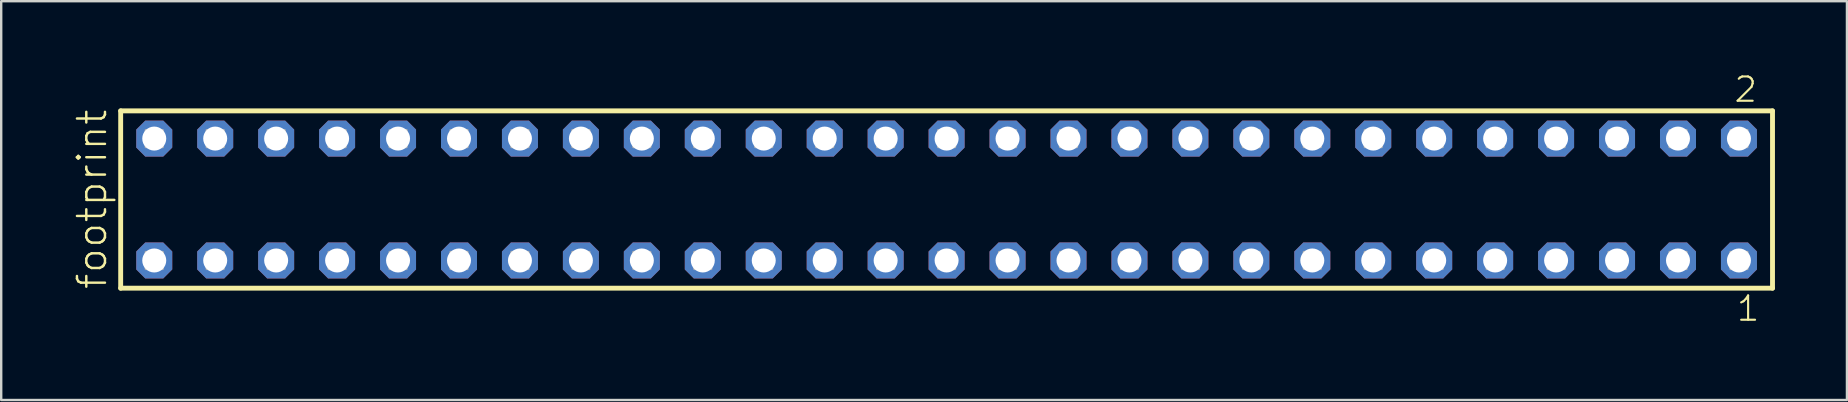
<source format=kicad_pcb>
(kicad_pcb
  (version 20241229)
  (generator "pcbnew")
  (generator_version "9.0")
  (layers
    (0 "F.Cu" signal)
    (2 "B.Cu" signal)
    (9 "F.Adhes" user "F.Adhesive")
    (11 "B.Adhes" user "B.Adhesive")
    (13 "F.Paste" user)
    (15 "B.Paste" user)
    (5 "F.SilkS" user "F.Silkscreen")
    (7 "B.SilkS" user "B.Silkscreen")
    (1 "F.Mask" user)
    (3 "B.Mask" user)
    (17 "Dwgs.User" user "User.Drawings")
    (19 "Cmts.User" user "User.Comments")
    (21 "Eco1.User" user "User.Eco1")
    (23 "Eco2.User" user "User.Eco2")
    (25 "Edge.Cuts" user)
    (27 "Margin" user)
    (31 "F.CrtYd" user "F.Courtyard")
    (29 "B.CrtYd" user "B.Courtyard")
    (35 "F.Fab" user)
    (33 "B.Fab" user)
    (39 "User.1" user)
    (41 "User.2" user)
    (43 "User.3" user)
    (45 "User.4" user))
  (footprint "footprint"
    (layer "F.Cu")
    (at 36.398 5.265)
    (property "Reference" "footprint" (at -34.925 3.81 90) (layer "F.SilkS") (effects (font (size 1.168 1.168) (thickness 0.102)) (justify left bottom)))
    (fp_line (start -34.419 -3.695) (end 34.419 -3.695) (stroke (width 0.203) (type solid)) (layer "F.SilkS"))
    (fp_line (start -34.419 3.695) (end -34.419 -3.695) (stroke (width 0.203) (type solid)) (layer "F.SilkS"))
    (fp_line (start 34.419 -3.695) (end 34.419 3.695) (stroke (width 0.203) (type solid)) (layer "F.SilkS"))
    (fp_line (start 34.419 3.695) (end -34.419 3.695) (stroke (width 0.203) (type solid)) (layer "F.SilkS"))
    (fp_poly (pts (xy -33.37 -2.19) (xy -32.67 -2.19) (xy -32.67 -2.89) (xy -33.37 -2.89)) (stroke (width 0.1) (type solid)) (fill no) (layer "F.Fab"))
    (fp_poly (pts (xy -33.37 2.89) (xy -32.67 2.89) (xy -32.67 2.19) (xy -33.37 2.19)) (stroke (width 0.1) (type solid)) (fill no) (layer "F.Fab"))
    (fp_poly (pts (xy -30.83 -2.19) (xy -30.13 -2.19) (xy -30.13 -2.89) (xy -30.83 -2.89)) (stroke (width 0.1) (type solid)) (fill no) (layer "F.Fab"))
    (fp_poly (pts (xy -30.83 2.89) (xy -30.13 2.89) (xy -30.13 2.19) (xy -30.83 2.19)) (stroke (width 0.1) (type solid)) (fill no) (layer "F.Fab"))
    (fp_poly (pts (xy -28.29 -2.19) (xy -27.59 -2.19) (xy -27.59 -2.89) (xy -28.29 -2.89)) (stroke (width 0.1) (type solid)) (fill no) (layer "F.Fab"))
    (fp_poly (pts (xy -28.29 2.89) (xy -27.59 2.89) (xy -27.59 2.19) (xy -28.29 2.19)) (stroke (width 0.1) (type solid)) (fill no) (layer "F.Fab"))
    (fp_poly (pts (xy -25.75 -2.19) (xy -25.05 -2.19) (xy -25.05 -2.89) (xy -25.75 -2.89)) (stroke (width 0.1) (type solid)) (fill no) (layer "F.Fab"))
    (fp_poly (pts (xy -25.75 2.89) (xy -25.05 2.89) (xy -25.05 2.19) (xy -25.75 2.19)) (stroke (width 0.1) (type solid)) (fill no) (layer "F.Fab"))
    (fp_poly (pts (xy -23.21 -2.19) (xy -22.51 -2.19) (xy -22.51 -2.89) (xy -23.21 -2.89)) (stroke (width 0.1) (type solid)) (fill no) (layer "F.Fab"))
    (fp_poly (pts (xy -23.21 2.89) (xy -22.51 2.89) (xy -22.51 2.19) (xy -23.21 2.19)) (stroke (width 0.1) (type solid)) (fill no) (layer "F.Fab"))
    (fp_poly (pts (xy -20.67 -2.19) (xy -19.97 -2.19) (xy -19.97 -2.89) (xy -20.67 -2.89)) (stroke (width 0.1) (type solid)) (fill no) (layer "F.Fab"))
    (fp_poly (pts (xy -20.67 2.89) (xy -19.97 2.89) (xy -19.97 2.19) (xy -20.67 2.19)) (stroke (width 0.1) (type solid)) (fill no) (layer "F.Fab"))
    (fp_poly (pts (xy -18.13 -2.19) (xy -17.43 -2.19) (xy -17.43 -2.89) (xy -18.13 -2.89)) (stroke (width 0.1) (type solid)) (fill no) (layer "F.Fab"))
    (fp_poly (pts (xy -18.13 2.89) (xy -17.43 2.89) (xy -17.43 2.19) (xy -18.13 2.19)) (stroke (width 0.1) (type solid)) (fill no) (layer "F.Fab"))
    (fp_poly (pts (xy -15.59 -2.19) (xy -14.89 -2.19) (xy -14.89 -2.89) (xy -15.59 -2.89)) (stroke (width 0.1) (type solid)) (fill no) (layer "F.Fab"))
    (fp_poly (pts (xy -15.59 2.89) (xy -14.89 2.89) (xy -14.89 2.19) (xy -15.59 2.19)) (stroke (width 0.1) (type solid)) (fill no) (layer "F.Fab"))
    (fp_poly (pts (xy -13.05 -2.19) (xy -12.35 -2.19) (xy -12.35 -2.89) (xy -13.05 -2.89)) (stroke (width 0.1) (type solid)) (fill no) (layer "F.Fab"))
    (fp_poly (pts (xy -13.05 2.89) (xy -12.35 2.89) (xy -12.35 2.19) (xy -13.05 2.19)) (stroke (width 0.1) (type solid)) (fill no) (layer "F.Fab"))
    (fp_poly (pts (xy -10.51 -2.19) (xy -9.81 -2.19) (xy -9.81 -2.89) (xy -10.51 -2.89)) (stroke (width 0.1) (type solid)) (fill no) (layer "F.Fab"))
    (fp_poly (pts (xy -10.51 2.89) (xy -9.81 2.89) (xy -9.81 2.19) (xy -10.51 2.19)) (stroke (width 0.1) (type solid)) (fill no) (layer "F.Fab"))
    (fp_poly (pts (xy -7.97 -2.19) (xy -7.27 -2.19) (xy -7.27 -2.89) (xy -7.97 -2.89)) (stroke (width 0.1) (type solid)) (fill no) (layer "F.Fab"))
    (fp_poly (pts (xy -7.97 2.89) (xy -7.27 2.89) (xy -7.27 2.19) (xy -7.97 2.19)) (stroke (width 0.1) (type solid)) (fill no) (layer "F.Fab"))
    (fp_poly (pts (xy -5.43 -2.19) (xy -4.73 -2.19) (xy -4.73 -2.89) (xy -5.43 -2.89)) (stroke (width 0.1) (type solid)) (fill no) (layer "F.Fab"))
    (fp_poly (pts (xy -5.43 2.89) (xy -4.73 2.89) (xy -4.73 2.19) (xy -5.43 2.19)) (stroke (width 0.1) (type solid)) (fill no) (layer "F.Fab"))
    (fp_poly (pts (xy -2.89 -2.19) (xy -2.19 -2.19) (xy -2.19 -2.89) (xy -2.89 -2.89)) (stroke (width 0.1) (type solid)) (fill no) (layer "F.Fab"))
    (fp_poly (pts (xy -2.89 2.89) (xy -2.19 2.89) (xy -2.19 2.19) (xy -2.89 2.19)) (stroke (width 0.1) (type solid)) (fill no) (layer "F.Fab"))
    (fp_poly (pts (xy -0.35 -2.19) (xy 0.35 -2.19) (xy 0.35 -2.89) (xy -0.35 -2.89)) (stroke (width 0.1) (type solid)) (fill no) (layer "F.Fab"))
    (fp_poly (pts (xy -0.35 2.89) (xy 0.35 2.89) (xy 0.35 2.19) (xy -0.35 2.19)) (stroke (width 0.1) (type solid)) (fill no) (layer "F.Fab"))
    (fp_poly (pts (xy 2.19 -2.19) (xy 2.89 -2.19) (xy 2.89 -2.89) (xy 2.19 -2.89)) (stroke (width 0.1) (type solid)) (fill no) (layer "F.Fab"))
    (fp_poly (pts (xy 2.19 2.89) (xy 2.89 2.89) (xy 2.89 2.19) (xy 2.19 2.19)) (stroke (width 0.1) (type solid)) (fill no) (layer "F.Fab"))
    (fp_poly (pts (xy 4.73 -2.19) (xy 5.43 -2.19) (xy 5.43 -2.89) (xy 4.73 -2.89)) (stroke (width 0.1) (type solid)) (fill no) (layer "F.Fab"))
    (fp_poly (pts (xy 4.73 2.89) (xy 5.43 2.89) (xy 5.43 2.19) (xy 4.73 2.19)) (stroke (width 0.1) (type solid)) (fill no) (layer "F.Fab"))
    (fp_poly (pts (xy 7.27 -2.19) (xy 7.97 -2.19) (xy 7.97 -2.89) (xy 7.27 -2.89)) (stroke (width 0.1) (type solid)) (fill no) (layer "F.Fab"))
    (fp_poly (pts (xy 7.27 2.89) (xy 7.97 2.89) (xy 7.97 2.19) (xy 7.27 2.19)) (stroke (width 0.1) (type solid)) (fill no) (layer "F.Fab"))
    (fp_poly (pts (xy 9.81 -2.19) (xy 10.51 -2.19) (xy 10.51 -2.89) (xy 9.81 -2.89)) (stroke (width 0.1) (type solid)) (fill no) (layer "F.Fab"))
    (fp_poly (pts (xy 9.81 2.89) (xy 10.51 2.89) (xy 10.51 2.19) (xy 9.81 2.19)) (stroke (width 0.1) (type solid)) (fill no) (layer "F.Fab"))
    (fp_poly (pts (xy 12.35 -2.19) (xy 13.05 -2.19) (xy 13.05 -2.89) (xy 12.35 -2.89)) (stroke (width 0.1) (type solid)) (fill no) (layer "F.Fab"))
    (fp_poly (pts (xy 12.35 2.89) (xy 13.05 2.89) (xy 13.05 2.19) (xy 12.35 2.19)) (stroke (width 0.1) (type solid)) (fill no) (layer "F.Fab"))
    (fp_poly (pts (xy 14.89 -2.19) (xy 15.59 -2.19) (xy 15.59 -2.89) (xy 14.89 -2.89)) (stroke (width 0.1) (type solid)) (fill no) (layer "F.Fab"))
    (fp_poly (pts (xy 14.89 2.89) (xy 15.59 2.89) (xy 15.59 2.19) (xy 14.89 2.19)) (stroke (width 0.1) (type solid)) (fill no) (layer "F.Fab"))
    (fp_poly (pts (xy 17.43 -2.19) (xy 18.13 -2.19) (xy 18.13 -2.89) (xy 17.43 -2.89)) (stroke (width 0.1) (type solid)) (fill no) (layer "F.Fab"))
    (fp_poly (pts (xy 17.43 2.89) (xy 18.13 2.89) (xy 18.13 2.19) (xy 17.43 2.19)) (stroke (width 0.1) (type solid)) (fill no) (layer "F.Fab"))
    (fp_poly (pts (xy 19.97 -2.19) (xy 20.67 -2.19) (xy 20.67 -2.89) (xy 19.97 -2.89)) (stroke (width 0.1) (type solid)) (fill no) (layer "F.Fab"))
    (fp_poly (pts (xy 19.97 2.89) (xy 20.67 2.89) (xy 20.67 2.19) (xy 19.97 2.19)) (stroke (width 0.1) (type solid)) (fill no) (layer "F.Fab"))
    (fp_poly (pts (xy 22.51 -2.19) (xy 23.21 -2.19) (xy 23.21 -2.89) (xy 22.51 -2.89)) (stroke (width 0.1) (type solid)) (fill no) (layer "F.Fab"))
    (fp_poly (pts (xy 22.51 2.89) (xy 23.21 2.89) (xy 23.21 2.19) (xy 22.51 2.19)) (stroke (width 0.1) (type solid)) (fill no) (layer "F.Fab"))
    (fp_poly (pts (xy 25.05 -2.19) (xy 25.75 -2.19) (xy 25.75 -2.89) (xy 25.05 -2.89)) (stroke (width 0.1) (type solid)) (fill no) (layer "F.Fab"))
    (fp_poly (pts (xy 25.05 2.89) (xy 25.75 2.89) (xy 25.75 2.19) (xy 25.05 2.19)) (stroke (width 0.1) (type solid)) (fill no) (layer "F.Fab"))
    (fp_poly (pts (xy 27.59 -2.19) (xy 28.29 -2.19) (xy 28.29 -2.89) (xy 27.59 -2.89)) (stroke (width 0.1) (type solid)) (fill no) (layer "F.Fab"))
    (fp_poly (pts (xy 27.59 2.89) (xy 28.29 2.89) (xy 28.29 2.19) (xy 27.59 2.19)) (stroke (width 0.1) (type solid)) (fill no) (layer "F.Fab"))
    (fp_poly (pts (xy 30.13 -2.19) (xy 30.83 -2.19) (xy 30.83 -2.89) (xy 30.13 -2.89)) (stroke (width 0.1) (type solid)) (fill no) (layer "F.Fab"))
    (fp_poly (pts (xy 30.13 2.89) (xy 30.83 2.89) (xy 30.83 2.19) (xy 30.13 2.19)) (stroke (width 0.1) (type solid)) (fill no) (layer "F.Fab"))
    (fp_poly (pts (xy 32.67 -2.19) (xy 33.37 -2.19) (xy 33.37 -2.89) (xy 32.67 -2.89)) (stroke (width 0.1) (type solid)) (fill no) (layer "F.Fab"))
    (fp_poly (pts (xy 32.67 2.89) (xy 33.37 2.89) (xy 33.37 2.19) (xy 32.67 2.19)) (stroke (width 0.1) (type solid)) (fill no) (layer "F.Fab"))
    (fp_text user "1" (at 32.862 5.138 0) (layer "F.SilkS") (effects (font (size 1.012 1.012) (thickness 0.088)) (justify left bottom)))
    (fp_text user "2" (at 32.762 -3.989 0) (layer "F.SilkS") (effects (font (size 1.012 1.012) (thickness 0.088)) (justify left bottom)))
    (pad "1" thru_hole roundrect (at 33.02 2.54 180) (size 1.5 1.5) (drill 1) (layers "*.Cu" "*.Mask") (roundrect_rratio 0.25) (chamfer_ratio 0.25) (chamfer top_left top_right bottom_left bottom_right))
    (pad "2" thru_hole roundrect (at 33.02 -2.54 180) (size 1.5 1.5) (drill 1) (layers "*.Cu" "*.Mask") (roundrect_rratio 0.25) (chamfer_ratio 0.25) (chamfer top_left top_right bottom_left bottom_right))
    (pad "3" thru_hole roundrect (at 30.48 2.54 180) (size 1.5 1.5) (drill 1) (layers "*.Cu" "*.Mask") (roundrect_rratio 0.25) (chamfer_ratio 0.25) (chamfer top_left top_right bottom_left bottom_right))
    (pad "4" thru_hole roundrect (at 30.48 -2.54 180) (size 1.5 1.5) (drill 1) (layers "*.Cu" "*.Mask") (roundrect_rratio 0.25) (chamfer_ratio 0.25) (chamfer top_left top_right bottom_left bottom_right))
    (pad "5" thru_hole roundrect (at 27.94 2.54 180) (size 1.5 1.5) (drill 1) (layers "*.Cu" "*.Mask") (roundrect_rratio 0.25) (chamfer_ratio 0.25) (chamfer top_left top_right bottom_left bottom_right))
    (pad "6" thru_hole roundrect (at 27.94 -2.54 180) (size 1.5 1.5) (drill 1) (layers "*.Cu" "*.Mask") (roundrect_rratio 0.25) (chamfer_ratio 0.25) (chamfer top_left top_right bottom_left bottom_right))
    (pad "7" thru_hole roundrect (at 25.4 2.54 180) (size 1.5 1.5) (drill 1) (layers "*.Cu" "*.Mask") (roundrect_rratio 0.25) (chamfer_ratio 0.25) (chamfer top_left top_right bottom_left bottom_right))
    (pad "8" thru_hole roundrect (at 25.4 -2.54 180) (size 1.5 1.5) (drill 1) (layers "*.Cu" "*.Mask") (roundrect_rratio 0.25) (chamfer_ratio 0.25) (chamfer top_left top_right bottom_left bottom_right))
    (pad "9" thru_hole roundrect (at 22.86 2.54 180) (size 1.5 1.5) (drill 1) (layers "*.Cu" "*.Mask") (roundrect_rratio 0.25) (chamfer_ratio 0.25) (chamfer top_left top_right bottom_left bottom_right))
    (pad "10" thru_hole roundrect (at 22.86 -2.54 180) (size 1.5 1.5) (drill 1) (layers "*.Cu" "*.Mask") (roundrect_rratio 0.25) (chamfer_ratio 0.25) (chamfer top_left top_right bottom_left bottom_right))
    (pad "11" thru_hole roundrect (at 20.32 2.54 180) (size 1.5 1.5) (drill 1) (layers "*.Cu" "*.Mask") (roundrect_rratio 0.25) (chamfer_ratio 0.25) (chamfer top_left top_right bottom_left bottom_right))
    (pad "12" thru_hole roundrect (at 20.32 -2.54 180) (size 1.5 1.5) (drill 1) (layers "*.Cu" "*.Mask") (roundrect_rratio 0.25) (chamfer_ratio 0.25) (chamfer top_left top_right bottom_left bottom_right))
    (pad "13" thru_hole roundrect (at 17.78 2.54 180) (size 1.5 1.5) (drill 1) (layers "*.Cu" "*.Mask") (roundrect_rratio 0.25) (chamfer_ratio 0.25) (chamfer top_left top_right bottom_left bottom_right))
    (pad "14" thru_hole roundrect (at 17.78 -2.54 180) (size 1.5 1.5) (drill 1) (layers "*.Cu" "*.Mask") (roundrect_rratio 0.25) (chamfer_ratio 0.25) (chamfer top_left top_right bottom_left bottom_right))
    (pad "15" thru_hole roundrect (at 15.24 2.54 180) (size 1.5 1.5) (drill 1) (layers "*.Cu" "*.Mask") (roundrect_rratio 0.25) (chamfer_ratio 0.25) (chamfer top_left top_right bottom_left bottom_right))
    (pad "16" thru_hole roundrect (at 15.24 -2.54 180) (size 1.5 1.5) (drill 1) (layers "*.Cu" "*.Mask") (roundrect_rratio 0.25) (chamfer_ratio 0.25) (chamfer top_left top_right bottom_left bottom_right))
    (pad "17" thru_hole roundrect (at 12.7 2.54 180) (size 1.5 1.5) (drill 1) (layers "*.Cu" "*.Mask") (roundrect_rratio 0.25) (chamfer_ratio 0.25) (chamfer top_left top_right bottom_left bottom_right))
    (pad "18" thru_hole roundrect (at 12.7 -2.54 180) (size 1.5 1.5) (drill 1) (layers "*.Cu" "*.Mask") (roundrect_rratio 0.25) (chamfer_ratio 0.25) (chamfer top_left top_right bottom_left bottom_right))
    (pad "19" thru_hole roundrect (at 10.16 2.54 180) (size 1.5 1.5) (drill 1) (layers "*.Cu" "*.Mask") (roundrect_rratio 0.25) (chamfer_ratio 0.25) (chamfer top_left top_right bottom_left bottom_right))
    (pad "20" thru_hole roundrect (at 10.16 -2.54 180) (size 1.5 1.5) (drill 1) (layers "*.Cu" "*.Mask") (roundrect_rratio 0.25) (chamfer_ratio 0.25) (chamfer top_left top_right bottom_left bottom_right))
    (pad "21" thru_hole roundrect (at 7.62 2.54 180) (size 1.5 1.5) (drill 1) (layers "*.Cu" "*.Mask") (roundrect_rratio 0.25) (chamfer_ratio 0.25) (chamfer top_left top_right bottom_left bottom_right))
    (pad "22" thru_hole roundrect (at 7.62 -2.54 180) (size 1.5 1.5) (drill 1) (layers "*.Cu" "*.Mask") (roundrect_rratio 0.25) (chamfer_ratio 0.25) (chamfer top_left top_right bottom_left bottom_right))
    (pad "23" thru_hole roundrect (at 5.08 2.54 180) (size 1.5 1.5) (drill 1) (layers "*.Cu" "*.Mask") (roundrect_rratio 0.25) (chamfer_ratio 0.25) (chamfer top_left top_right bottom_left bottom_right))
    (pad "24" thru_hole roundrect (at 5.08 -2.54 180) (size 1.5 1.5) (drill 1) (layers "*.Cu" "*.Mask") (roundrect_rratio 0.25) (chamfer_ratio 0.25) (chamfer top_left top_right bottom_left bottom_right))
    (pad "25" thru_hole roundrect (at 2.54 2.54 180) (size 1.5 1.5) (drill 1) (layers "*.Cu" "*.Mask") (roundrect_rratio 0.25) (chamfer_ratio 0.25) (chamfer top_left top_right bottom_left bottom_right))
    (pad "26" thru_hole roundrect (at 2.54 -2.54 180) (size 1.5 1.5) (drill 1) (layers "*.Cu" "*.Mask") (roundrect_rratio 0.25) (chamfer_ratio 0.25) (chamfer top_left top_right bottom_left bottom_right))
    (pad "27" thru_hole roundrect (at 0 2.54 180) (size 1.5 1.5) (drill 1) (layers "*.Cu" "*.Mask") (roundrect_rratio 0.25) (chamfer_ratio 0.25) (chamfer top_left top_right bottom_left bottom_right))
    (pad "28" thru_hole roundrect (at 0 -2.54 180) (size 1.5 1.5) (drill 1) (layers "*.Cu" "*.Mask") (roundrect_rratio 0.25) (chamfer_ratio 0.25) (chamfer top_left top_right bottom_left bottom_right))
    (pad "29" thru_hole roundrect (at -2.54 2.54 180) (size 1.5 1.5) (drill 1) (layers "*.Cu" "*.Mask") (roundrect_rratio 0.25) (chamfer_ratio 0.25) (chamfer top_left top_right bottom_left bottom_right))
    (pad "30" thru_hole roundrect (at -2.54 -2.54 180) (size 1.5 1.5) (drill 1) (layers "*.Cu" "*.Mask") (roundrect_rratio 0.25) (chamfer_ratio 0.25) (chamfer top_left top_right bottom_left bottom_right))
    (pad "31" thru_hole roundrect (at -5.08 2.54 180) (size 1.5 1.5) (drill 1) (layers "*.Cu" "*.Mask") (roundrect_rratio 0.25) (chamfer_ratio 0.25) (chamfer top_left top_right bottom_left bottom_right))
    (pad "32" thru_hole roundrect (at -5.08 -2.54 180) (size 1.5 1.5) (drill 1) (layers "*.Cu" "*.Mask") (roundrect_rratio 0.25) (chamfer_ratio 0.25) (chamfer top_left top_right bottom_left bottom_right))
    (pad "33" thru_hole roundrect (at -7.62 2.54 180) (size 1.5 1.5) (drill 1) (layers "*.Cu" "*.Mask") (roundrect_rratio 0.25) (chamfer_ratio 0.25) (chamfer top_left top_right bottom_left bottom_right))
    (pad "34" thru_hole roundrect (at -7.62 -2.54 180) (size 1.5 1.5) (drill 1) (layers "*.Cu" "*.Mask") (roundrect_rratio 0.25) (chamfer_ratio 0.25) (chamfer top_left top_right bottom_left bottom_right))
    (pad "35" thru_hole roundrect (at -10.16 2.54 180) (size 1.5 1.5) (drill 1) (layers "*.Cu" "*.Mask") (roundrect_rratio 0.25) (chamfer_ratio 0.25) (chamfer top_left top_right bottom_left bottom_right))
    (pad "36" thru_hole roundrect (at -10.16 -2.54 180) (size 1.5 1.5) (drill 1) (layers "*.Cu" "*.Mask") (roundrect_rratio 0.25) (chamfer_ratio 0.25) (chamfer top_left top_right bottom_left bottom_right))
    (pad "37" thru_hole roundrect (at -12.7 2.54 180) (size 1.5 1.5) (drill 1) (layers "*.Cu" "*.Mask") (roundrect_rratio 0.25) (chamfer_ratio 0.25) (chamfer top_left top_right bottom_left bottom_right))
    (pad "38" thru_hole roundrect (at -12.7 -2.54 180) (size 1.5 1.5) (drill 1) (layers "*.Cu" "*.Mask") (roundrect_rratio 0.25) (chamfer_ratio 0.25) (chamfer top_left top_right bottom_left bottom_right))
    (pad "39" thru_hole roundrect (at -15.24 2.54 180) (size 1.5 1.5) (drill 1) (layers "*.Cu" "*.Mask") (roundrect_rratio 0.25) (chamfer_ratio 0.25) (chamfer top_left top_right bottom_left bottom_right))
    (pad "40" thru_hole roundrect (at -15.24 -2.54 180) (size 1.5 1.5) (drill 1) (layers "*.Cu" "*.Mask") (roundrect_rratio 0.25) (chamfer_ratio 0.25) (chamfer top_left top_right bottom_left bottom_right))
    (pad "41" thru_hole roundrect (at -17.78 2.54 180) (size 1.5 1.5) (drill 1) (layers "*.Cu" "*.Mask") (roundrect_rratio 0.25) (chamfer_ratio 0.25) (chamfer top_left top_right bottom_left bottom_right))
    (pad "42" thru_hole roundrect (at -17.78 -2.54 180) (size 1.5 1.5) (drill 1) (layers "*.Cu" "*.Mask") (roundrect_rratio 0.25) (chamfer_ratio 0.25) (chamfer top_left top_right bottom_left bottom_right))
    (pad "43" thru_hole roundrect (at -20.32 2.54 180) (size 1.5 1.5) (drill 1) (layers "*.Cu" "*.Mask") (roundrect_rratio 0.25) (chamfer_ratio 0.25) (chamfer top_left top_right bottom_left bottom_right))
    (pad "44" thru_hole roundrect (at -20.32 -2.54 180) (size 1.5 1.5) (drill 1) (layers "*.Cu" "*.Mask") (roundrect_rratio 0.25) (chamfer_ratio 0.25) (chamfer top_left top_right bottom_left bottom_right))
    (pad "45" thru_hole roundrect (at -22.86 2.54 180) (size 1.5 1.5) (drill 1) (layers "*.Cu" "*.Mask") (roundrect_rratio 0.25) (chamfer_ratio 0.25) (chamfer top_left top_right bottom_left bottom_right))
    (pad "46" thru_hole roundrect (at -22.86 -2.54 180) (size 1.5 1.5) (drill 1) (layers "*.Cu" "*.Mask") (roundrect_rratio 0.25) (chamfer_ratio 0.25) (chamfer top_left top_right bottom_left bottom_right))
    (pad "47" thru_hole roundrect (at -25.4 2.54 180) (size 1.5 1.5) (drill 1) (layers "*.Cu" "*.Mask") (roundrect_rratio 0.25) (chamfer_ratio 0.25) (chamfer top_left top_right bottom_left bottom_right))
    (pad "48" thru_hole roundrect (at -25.4 -2.54 180) (size 1.5 1.5) (drill 1) (layers "*.Cu" "*.Mask") (roundrect_rratio 0.25) (chamfer_ratio 0.25) (chamfer top_left top_right bottom_left bottom_right))
    (pad "49" thru_hole roundrect (at -27.94 2.54 180) (size 1.5 1.5) (drill 1) (layers "*.Cu" "*.Mask") (roundrect_rratio 0.25) (chamfer_ratio 0.25) (chamfer top_left top_right bottom_left bottom_right))
    (pad "50" thru_hole roundrect (at -27.94 -2.54 180) (size 1.5 1.5) (drill 1) (layers "*.Cu" "*.Mask") (roundrect_rratio 0.25) (chamfer_ratio 0.25) (chamfer top_left top_right bottom_left bottom_right))
    (pad "51" thru_hole roundrect (at -30.48 2.54 180) (size 1.5 1.5) (drill 1) (layers "*.Cu" "*.Mask") (roundrect_rratio 0.25) (chamfer_ratio 0.25) (chamfer top_left top_right bottom_left bottom_right))
    (pad "52" thru_hole roundrect (at -30.48 -2.54 180) (size 1.5 1.5) (drill 1) (layers "*.Cu" "*.Mask") (roundrect_rratio 0.25) (chamfer_ratio 0.25) (chamfer top_left top_right bottom_left bottom_right))
    (pad "53" thru_hole roundrect (at -33.02 2.54 180) (size 1.5 1.5) (drill 1) (layers "*.Cu" "*.Mask") (roundrect_rratio 0.25) (chamfer_ratio 0.25) (chamfer top_left top_right bottom_left bottom_right))
    (pad "54" thru_hole roundrect (at -33.02 -2.54 180) (size 1.5 1.5) (drill 1) (layers "*.Cu" "*.Mask") (roundrect_rratio 0.25) (chamfer_ratio 0.25) (chamfer top_left top_right bottom_left bottom_right)))
  (gr_rect
    (start -3 -3)
    (end 73.919 13.62)
    (stroke (width 0.1) (type default))
    (fill no)
    (layer "Edge.Cuts")))
</source>
